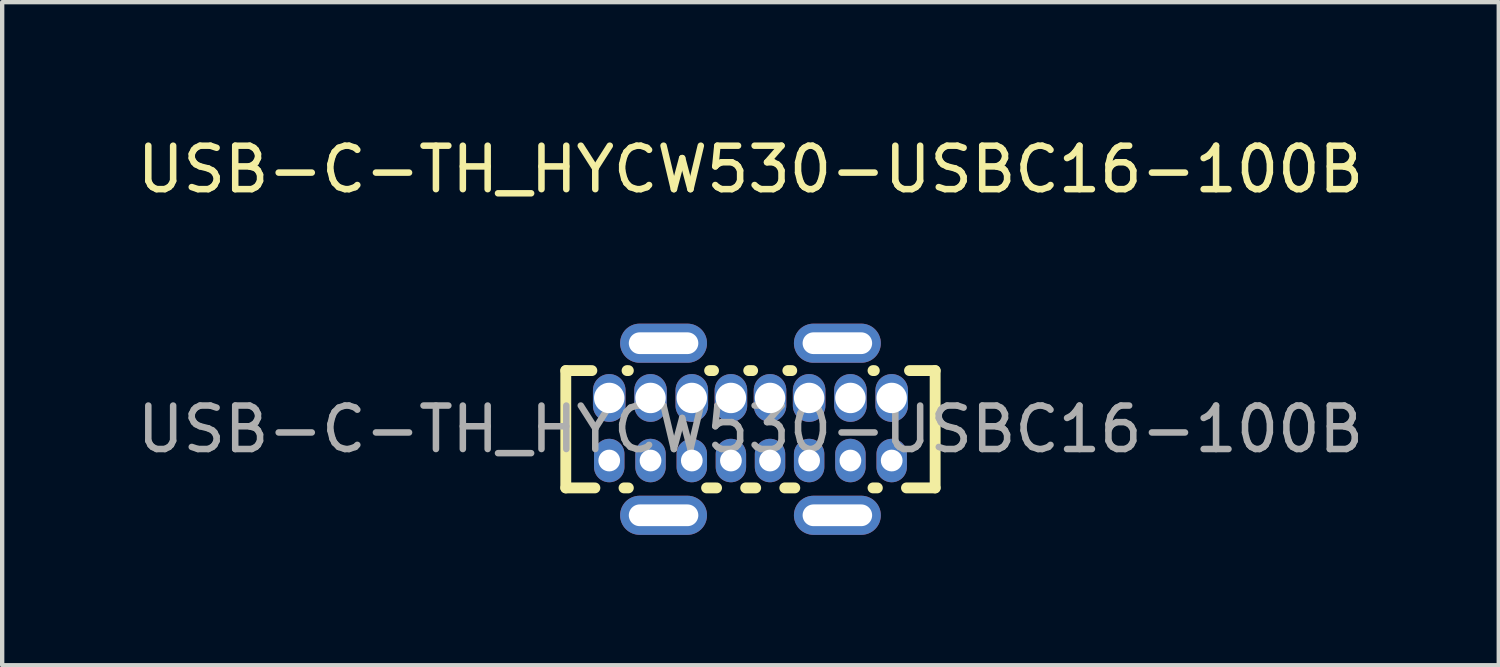
<source format=kicad_pcb>
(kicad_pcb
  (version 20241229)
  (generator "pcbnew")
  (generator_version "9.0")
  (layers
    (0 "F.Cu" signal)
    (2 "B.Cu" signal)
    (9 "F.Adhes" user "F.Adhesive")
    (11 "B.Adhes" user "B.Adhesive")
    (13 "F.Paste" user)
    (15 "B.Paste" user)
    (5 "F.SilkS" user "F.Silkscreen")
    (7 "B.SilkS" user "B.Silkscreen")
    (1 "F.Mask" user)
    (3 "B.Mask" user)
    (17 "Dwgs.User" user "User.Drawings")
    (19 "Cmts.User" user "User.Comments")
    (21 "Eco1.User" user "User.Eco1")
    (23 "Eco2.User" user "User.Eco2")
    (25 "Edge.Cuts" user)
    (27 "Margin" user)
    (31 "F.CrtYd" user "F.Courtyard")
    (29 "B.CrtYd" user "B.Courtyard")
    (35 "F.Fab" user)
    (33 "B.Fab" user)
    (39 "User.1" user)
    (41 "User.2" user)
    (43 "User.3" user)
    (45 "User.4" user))
  (footprint "USB-C-TH_HYCW530-USBC16-100B"
    (layer "F.Cu")
    (at 14.22 6.828)
    (property "Reference" "USB-C-TH_HYCW530-USBC16-100B" (at 0 -5.98 0) (layer "F.SilkS") (effects (font (size 1 1) (thickness 0.15))))
    (attr through_hole)
    (fp_line (start -4.25 -1.35) (end -4.25 1.35) (stroke (width 0.25) (type solid)) (layer "F.SilkS"))
    (fp_line (start -4.25 -1.35) (end -3.65 -1.35) (stroke (width 0.25) (type solid)) (layer "F.SilkS"))
    (fp_line (start -4.25 1.35) (end -3.58 1.35) (stroke (width 0.25) (type solid)) (layer "F.SilkS"))
    (fp_line (start -2.91 1.35) (end -2.81 1.35) (stroke (width 0.25) (type solid)) (layer "F.SilkS"))
    (fp_line (start -2.84 -1.35) (end -2.81 -1.35) (stroke (width 0.25) (type solid)) (layer "F.SilkS"))
    (fp_line (start -1.01 1.35) (end -0.78 1.35) (stroke (width 0.25) (type solid)) (layer "F.SilkS"))
    (fp_line (start -0.94 -1.35) (end -0.85 -1.35) (stroke (width 0.25) (type solid)) (layer "F.SilkS"))
    (fp_line (start -0.11 1.35) (end 0.12 1.35) (stroke (width 0.25) (type solid)) (layer "F.SilkS"))
    (fp_line (start -0.04 -1.35) (end 0.05 -1.35) (stroke (width 0.25) (type solid)) (layer "F.SilkS"))
    (fp_line (start 0.79 1.35) (end 1.02 1.35) (stroke (width 0.25) (type solid)) (layer "F.SilkS"))
    (fp_line (start 0.86 -1.35) (end 0.95 -1.35) (stroke (width 0.25) (type solid)) (layer "F.SilkS"))
    (fp_line (start 2.82 -1.35) (end 2.85 -1.35) (stroke (width 0.25) (type solid)) (layer "F.SilkS"))
    (fp_line (start 2.82 1.35) (end 2.92 1.35) (stroke (width 0.25) (type solid)) (layer "F.SilkS"))
    (fp_line (start 3.59 1.35) (end 4.25 1.35) (stroke (width 0.25) (type solid)) (layer "F.SilkS"))
    (fp_line (start 3.66 -1.35) (end 4.25 -1.35) (stroke (width 0.25) (type solid)) (layer "F.SilkS"))
    (fp_line (start 4.25 -1.35) (end 4.25 1.35) (stroke (width 0.25) (type solid)) (layer "F.SilkS"))
    (fp_text user "${REFERENCE}" (at 0 0 0) (layer "F.Fab") (effects (font (size 1 1) (thickness 0.15))))
    (pad "1" thru_hole oval (at 2 -1.98 90) (size 0.9 2) (drill oval 0.5 1.6) (layers "*.Cu" "*.Mask"))
    (pad "2" thru_hole oval (at -2 -1.98 90) (size 0.9 2) (drill oval 0.5 1.6) (layers "*.Cu" "*.Mask"))
    (pad "3" thru_hole oval (at -2 1.98 90) (size 0.9 2) (drill oval 0.5 1.6) (layers "*.Cu" "*.Mask"))
    (pad "4" thru_hole oval (at 2 1.98 90) (size 0.9 2) (drill oval 0.5 1.6) (layers "*.Cu" "*.Mask"))
    (pad "A1" thru_hole oval (at -3.25 -0.72) (size 0.75 1.1) (drill 0.7) (layers "*.Cu" "*.Mask"))
    (pad "A4" thru_hole oval (at -2.3 -0.72) (size 0.75 1.1) (drill 0.7) (layers "*.Cu" "*.Mask"))
    (pad "A5" thru_hole oval (at -1.35 -0.72) (size 0.75 1.1) (drill 0.7) (layers "*.Cu" "*.Mask"))
    (pad "A6" thru_hole oval (at -0.45 -0.72) (size 0.75 1.1) (drill 0.7) (layers "*.Cu" "*.Mask"))
    (pad "A7" thru_hole oval (at 0.45 -0.72) (size 0.75 1.1) (drill 0.7) (layers "*.Cu" "*.Mask"))
    (pad "A8" thru_hole oval (at 1.35 -0.72) (size 0.75 1.1) (drill 0.7) (layers "*.Cu" "*.Mask"))
    (pad "A9" thru_hole oval (at 2.3 -0.72) (size 0.75 1.1) (drill 0.7) (layers "*.Cu" "*.Mask"))
    (pad "A12" thru_hole oval (at 3.25 -0.72) (size 0.75 1.1) (drill 0.7) (layers "*.Cu" "*.Mask"))
    (pad "B1" thru_hole oval (at 3.25 0.72) (size 0.7 1) (drill 0.5) (layers "*.Cu" "*.Mask"))
    (pad "B4" thru_hole oval (at 2.3 0.72) (size 0.7 1) (drill 0.5) (layers "*.Cu" "*.Mask"))
    (pad "B5" thru_hole oval (at 1.35 0.72) (size 0.7 1) (drill 0.5) (layers "*.Cu" "*.Mask"))
    (pad "B6" thru_hole oval (at 0.45 0.72) (size 0.7 1) (drill 0.5) (layers "*.Cu" "*.Mask"))
    (pad "B7" thru_hole oval (at -0.45 0.72) (size 0.7 1) (drill 0.5) (layers "*.Cu" "*.Mask"))
    (pad "B8" thru_hole oval (at -1.35 0.72) (size 0.7 1) (drill 0.5) (layers "*.Cu" "*.Mask"))
    (pad "B9" thru_hole oval (at -2.3 0.72) (size 0.7 1) (drill 0.5) (layers "*.Cu" "*.Mask"))
    (pad "B12" thru_hole oval (at -3.25 0.72) (size 0.7 1) (drill 0.5) (layers "*.Cu" "*.Mask")))
  (gr_rect
    (start -3 -3)
    (end 31.44 12.258)
    (stroke (width 0.1) (type default))
    (fill no)
    (layer "Edge.Cuts")))
</source>
